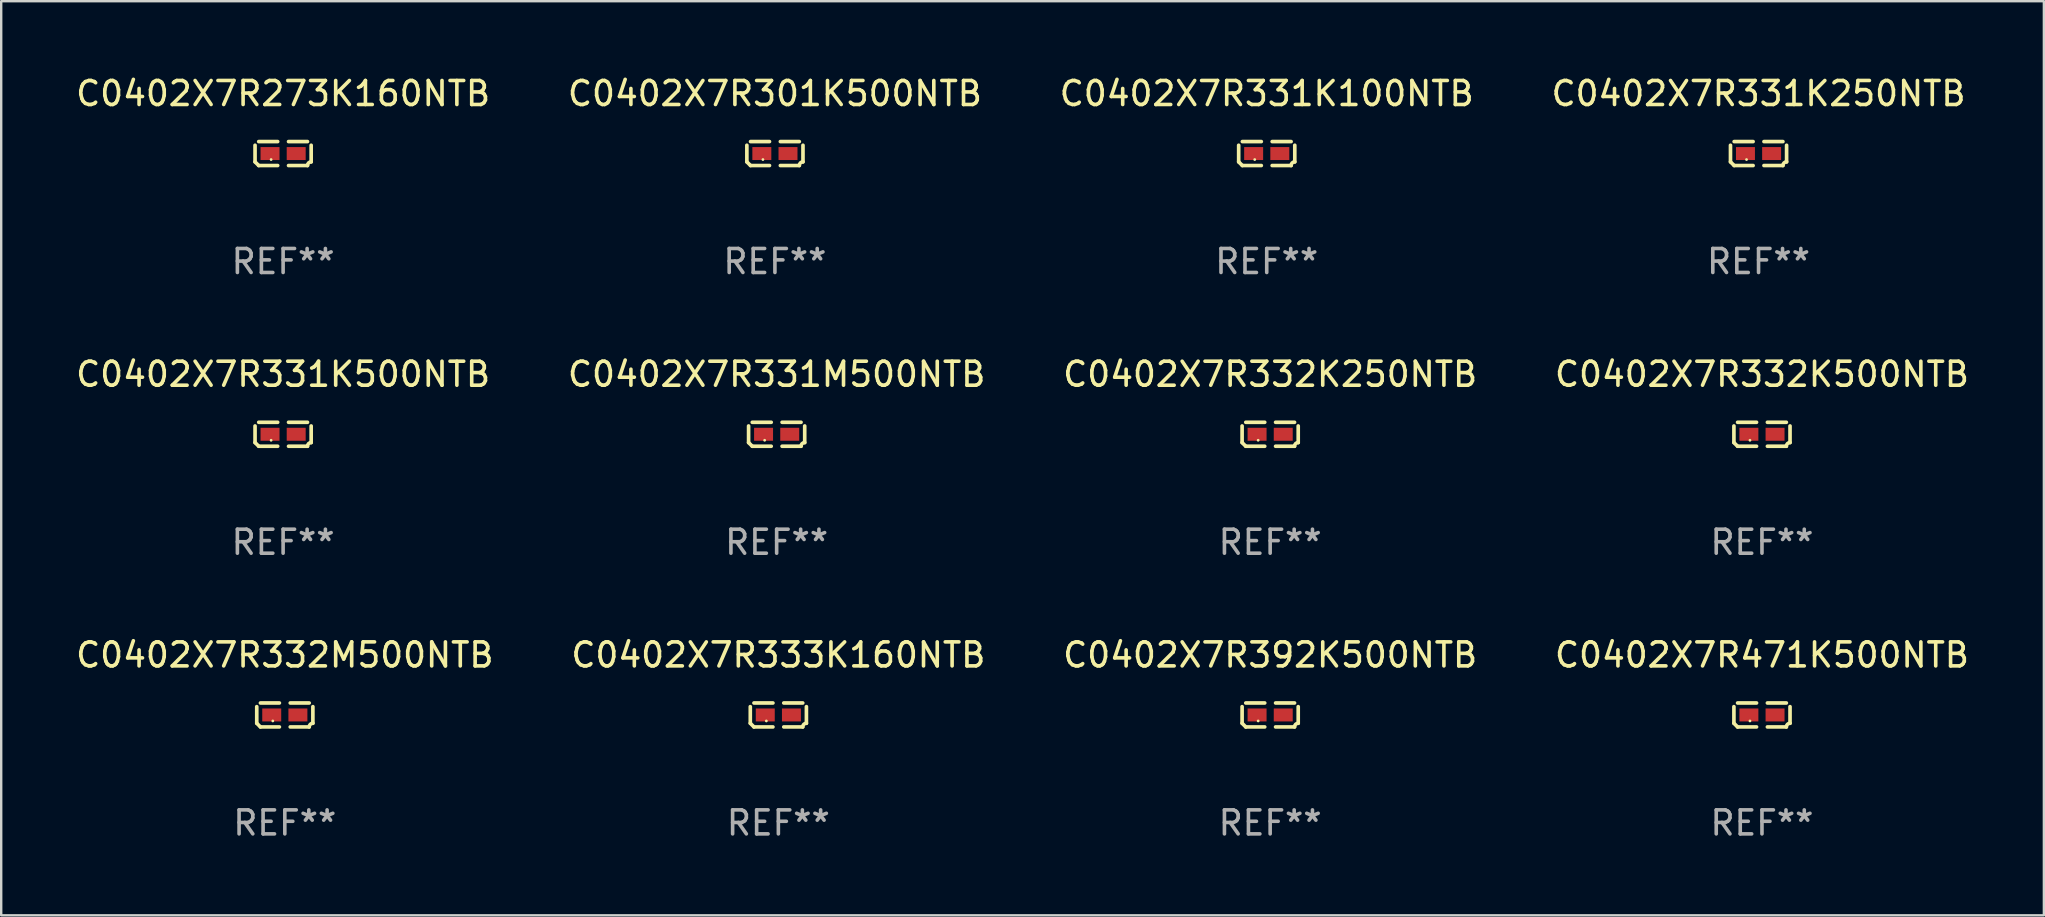
<source format=kicad_pcb>
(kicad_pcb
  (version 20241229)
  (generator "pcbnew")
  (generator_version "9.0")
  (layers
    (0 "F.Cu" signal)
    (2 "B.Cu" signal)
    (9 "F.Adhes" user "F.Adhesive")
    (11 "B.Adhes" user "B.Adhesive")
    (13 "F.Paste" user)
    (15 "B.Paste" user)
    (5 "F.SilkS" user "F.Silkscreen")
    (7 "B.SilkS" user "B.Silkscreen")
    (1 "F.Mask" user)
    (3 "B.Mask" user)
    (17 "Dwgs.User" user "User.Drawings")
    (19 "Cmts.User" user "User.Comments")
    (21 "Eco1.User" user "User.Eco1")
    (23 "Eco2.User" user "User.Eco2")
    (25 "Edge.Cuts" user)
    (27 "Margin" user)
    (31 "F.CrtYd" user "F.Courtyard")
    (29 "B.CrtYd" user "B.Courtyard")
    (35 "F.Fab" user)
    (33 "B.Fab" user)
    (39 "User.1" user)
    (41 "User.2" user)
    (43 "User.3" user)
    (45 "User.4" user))
  (footprint "C0402X7R332K250NTB"
    (layer "F.Cu")
    (at 49.863 15.041)
    (property "Reference" "C0402X7R332K250NTB" (at 0 -2.499 0) (layer "F.SilkS") (effects (font (size 1 1) (thickness 0.15))))
    (attr through_hole)
    (fp_line (start -1.169 0.346) (end -1.169 -0.346) (stroke (width 0.152) (type solid)) (layer "F.SilkS"))
    (fp_line (start -1.016 -0.499) (end -0.226 -0.499) (stroke (width 0.152) (type solid)) (layer "F.SilkS"))
    (fp_line (start -0.226 0.499) (end -1.016 0.499) (stroke (width 0.152) (type solid)) (layer "F.SilkS"))
    (fp_line (start 0.226 0.499) (end 1.016 0.499) (stroke (width 0.152) (type solid)) (layer "F.SilkS"))
    (fp_line (start 1.016 -0.499) (end 0.226 -0.499) (stroke (width 0.152) (type solid)) (layer "F.SilkS"))
    (fp_line (start 1.169 0.346) (end 1.169 -0.346) (stroke (width 0.152) (type solid)) (layer "F.SilkS"))
    (fp_arc (start -1.016307 0.498603) (mid -1.092512 0.422405) (end -1.16871 0.3462) (stroke (width 0.1524) (type solid)) (layer "F.SilkS"))
    (fp_arc (start 1.016307 0.498603) (mid 1.060899 0.390758) (end 1.168707 0.346076) (stroke (width 0.1524) (type solid)) (layer "F.SilkS"))
    (fp_circle (center -0.5 0.25) (end -0.47 0.25) (stroke (width 0.06) (type solid)) (fill no) (layer "F.SilkS"))
    (fp_text user "REF**" (at 0 4.499 0) (layer "F.Fab") (effects (font (size 1 1) (thickness 0.15))))
    (pad "1" smd rect (at -0.545 0) (size 0.79 0.54) (layers "F.Cu" "F.Mask" "F.Paste"))
    (pad "2" smd rect (at 0.545 0) (size 0.79 0.54) (layers "F.Cu" "F.Mask" "F.Paste")))
  (footprint "C0402X7R392K500NTB"
    (layer "F.Cu")
    (at 49.863 26.734)
    (property "Reference" "C0402X7R392K500NTB" (at 0 -2.499 0) (layer "F.SilkS") (effects (font (size 1 1) (thickness 0.15))))
    (attr through_hole)
    (fp_line (start -1.169 0.346) (end -1.169 -0.346) (stroke (width 0.152) (type solid)) (layer "F.SilkS"))
    (fp_line (start -1.016 -0.499) (end -0.226 -0.499) (stroke (width 0.152) (type solid)) (layer "F.SilkS"))
    (fp_line (start -0.226 0.499) (end -1.016 0.499) (stroke (width 0.152) (type solid)) (layer "F.SilkS"))
    (fp_line (start 0.226 0.499) (end 1.016 0.499) (stroke (width 0.152) (type solid)) (layer "F.SilkS"))
    (fp_line (start 1.016 -0.499) (end 0.226 -0.499) (stroke (width 0.152) (type solid)) (layer "F.SilkS"))
    (fp_line (start 1.169 0.346) (end 1.169 -0.346) (stroke (width 0.152) (type solid)) (layer "F.SilkS"))
    (fp_arc (start -1.016307 0.498603) (mid -1.092512 0.422405) (end -1.16871 0.3462) (stroke (width 0.1524) (type solid)) (layer "F.SilkS"))
    (fp_arc (start 1.016307 0.498603) (mid 1.060899 0.390758) (end 1.168707 0.346076) (stroke (width 0.1524) (type solid)) (layer "F.SilkS"))
    (fp_circle (center -0.5 0.25) (end -0.47 0.25) (stroke (width 0.06) (type solid)) (fill no) (layer "F.SilkS"))
    (fp_text user "REF**" (at 0 4.499 0) (layer "F.Fab") (effects (font (size 1 1) (thickness 0.15))))
    (pad "1" smd rect (at -0.545 0) (size 0.79 0.54) (layers "F.Cu" "F.Mask" "F.Paste"))
    (pad "2" smd rect (at 0.545 0) (size 0.79 0.54) (layers "F.Cu" "F.Mask" "F.Paste")))
  (footprint "C0402X7R331K250NTB"
    (layer "F.Cu")
    (at 70.208 3.347)
    (property "Reference" "C0402X7R331K250NTB" (at 0 -2.499 0) (layer "F.SilkS") (effects (font (size 1 1) (thickness 0.15))))
    (attr through_hole)
    (fp_line (start -1.169 0.346) (end -1.169 -0.346) (stroke (width 0.152) (type solid)) (layer "F.SilkS"))
    (fp_line (start -1.016 -0.499) (end -0.226 -0.499) (stroke (width 0.152) (type solid)) (layer "F.SilkS"))
    (fp_line (start -0.226 0.499) (end -1.016 0.499) (stroke (width 0.152) (type solid)) (layer "F.SilkS"))
    (fp_line (start 0.226 0.499) (end 1.016 0.499) (stroke (width 0.152) (type solid)) (layer "F.SilkS"))
    (fp_line (start 1.016 -0.499) (end 0.226 -0.499) (stroke (width 0.152) (type solid)) (layer "F.SilkS"))
    (fp_line (start 1.169 0.346) (end 1.169 -0.346) (stroke (width 0.152) (type solid)) (layer "F.SilkS"))
    (fp_arc (start -1.016307 0.498603) (mid -1.092512 0.422405) (end -1.16871 0.3462) (stroke (width 0.1524) (type solid)) (layer "F.SilkS"))
    (fp_arc (start 1.016307 0.498603) (mid 1.060899 0.390758) (end 1.168707 0.346076) (stroke (width 0.1524) (type solid)) (layer "F.SilkS"))
    (fp_circle (center -0.5 0.25) (end -0.47 0.25) (stroke (width 0.06) (type solid)) (fill no) (layer "F.SilkS"))
    (fp_text user "REF**" (at 0 4.499 0) (layer "F.Fab") (effects (font (size 1 1) (thickness 0.15))))
    (pad "1" smd rect (at -0.545 0) (size 0.79 0.54) (layers "F.Cu" "F.Mask" "F.Paste"))
    (pad "2" smd rect (at 0.545 0) (size 0.79 0.54) (layers "F.Cu" "F.Mask" "F.Paste")))
  (footprint "C0402X7R471K500NTB"
    (layer "F.Cu")
    (at 70.351 26.734)
    (property "Reference" "C0402X7R471K500NTB" (at 0 -2.499 0) (layer "F.SilkS") (effects (font (size 1 1) (thickness 0.15))))
    (attr through_hole)
    (fp_line (start -1.169 0.346) (end -1.169 -0.346) (stroke (width 0.152) (type solid)) (layer "F.SilkS"))
    (fp_line (start -1.016 -0.499) (end -0.226 -0.499) (stroke (width 0.152) (type solid)) (layer "F.SilkS"))
    (fp_line (start -0.226 0.499) (end -1.016 0.499) (stroke (width 0.152) (type solid)) (layer "F.SilkS"))
    (fp_line (start 0.226 0.499) (end 1.016 0.499) (stroke (width 0.152) (type solid)) (layer "F.SilkS"))
    (fp_line (start 1.016 -0.499) (end 0.226 -0.499) (stroke (width 0.152) (type solid)) (layer "F.SilkS"))
    (fp_line (start 1.169 0.346) (end 1.169 -0.346) (stroke (width 0.152) (type solid)) (layer "F.SilkS"))
    (fp_arc (start -1.016307 0.498603) (mid -1.092512 0.422405) (end -1.16871 0.3462) (stroke (width 0.1524) (type solid)) (layer "F.SilkS"))
    (fp_arc (start 1.016307 0.498603) (mid 1.060899 0.390758) (end 1.168707 0.346076) (stroke (width 0.1524) (type solid)) (layer "F.SilkS"))
    (fp_circle (center -0.5 0.25) (end -0.47 0.25) (stroke (width 0.06) (type solid)) (fill no) (layer "F.SilkS"))
    (fp_text user "REF**" (at 0 4.499 0) (layer "F.Fab") (effects (font (size 1 1) (thickness 0.15))))
    (pad "1" smd rect (at -0.545 0) (size 0.79 0.54) (layers "F.Cu" "F.Mask" "F.Paste"))
    (pad "2" smd rect (at 0.545 0) (size 0.79 0.54) (layers "F.Cu" "F.Mask" "F.Paste")))
  (footprint "C0402X7R331K100NTB"
    (layer "F.Cu")
    (at 49.72 3.347)
    (property "Reference" "C0402X7R331K100NTB" (at 0 -2.499 0) (layer "F.SilkS") (effects (font (size 1 1) (thickness 0.15))))
    (attr through_hole)
    (fp_line (start -1.169 0.346) (end -1.169 -0.346) (stroke (width 0.152) (type solid)) (layer "F.SilkS"))
    (fp_line (start -1.016 -0.499) (end -0.226 -0.499) (stroke (width 0.152) (type solid)) (layer "F.SilkS"))
    (fp_line (start -0.226 0.499) (end -1.016 0.499) (stroke (width 0.152) (type solid)) (layer "F.SilkS"))
    (fp_line (start 0.226 0.499) (end 1.016 0.499) (stroke (width 0.152) (type solid)) (layer "F.SilkS"))
    (fp_line (start 1.016 -0.499) (end 0.226 -0.499) (stroke (width 0.152) (type solid)) (layer "F.SilkS"))
    (fp_line (start 1.169 0.346) (end 1.169 -0.346) (stroke (width 0.152) (type solid)) (layer "F.SilkS"))
    (fp_arc (start -1.016307 0.498603) (mid -1.092512 0.422405) (end -1.16871 0.3462) (stroke (width 0.1524) (type solid)) (layer "F.SilkS"))
    (fp_arc (start 1.016307 0.498603) (mid 1.060899 0.390758) (end 1.168707 0.346076) (stroke (width 0.1524) (type solid)) (layer "F.SilkS"))
    (fp_circle (center -0.5 0.25) (end -0.47 0.25) (stroke (width 0.06) (type solid)) (fill no) (layer "F.SilkS"))
    (fp_text user "REF**" (at 0 4.499 0) (layer "F.Fab") (effects (font (size 1 1) (thickness 0.15))))
    (pad "1" smd rect (at -0.545 0) (size 0.79 0.54) (layers "F.Cu" "F.Mask" "F.Paste"))
    (pad "2" smd rect (at 0.545 0) (size 0.79 0.54) (layers "F.Cu" "F.Mask" "F.Paste")))
  (footprint "C0402X7R301K500NTB"
    (layer "F.Cu")
    (at 29.232 3.347)
    (property "Reference" "C0402X7R301K500NTB" (at 0 -2.499 0) (layer "F.SilkS") (effects (font (size 1 1) (thickness 0.15))))
    (attr through_hole)
    (fp_line (start -1.169 0.346) (end -1.169 -0.346) (stroke (width 0.152) (type solid)) (layer "F.SilkS"))
    (fp_line (start -1.016 -0.499) (end -0.226 -0.499) (stroke (width 0.152) (type solid)) (layer "F.SilkS"))
    (fp_line (start -0.226 0.499) (end -1.016 0.499) (stroke (width 0.152) (type solid)) (layer "F.SilkS"))
    (fp_line (start 0.226 0.499) (end 1.016 0.499) (stroke (width 0.152) (type solid)) (layer "F.SilkS"))
    (fp_line (start 1.016 -0.499) (end 0.226 -0.499) (stroke (width 0.152) (type solid)) (layer "F.SilkS"))
    (fp_line (start 1.169 0.346) (end 1.169 -0.346) (stroke (width 0.152) (type solid)) (layer "F.SilkS"))
    (fp_arc (start -1.016307 0.498603) (mid -1.092512 0.422405) (end -1.16871 0.3462) (stroke (width 0.1524) (type solid)) (layer "F.SilkS"))
    (fp_arc (start 1.016307 0.498603) (mid 1.060899 0.390758) (end 1.168707 0.346076) (stroke (width 0.1524) (type solid)) (layer "F.SilkS"))
    (fp_circle (center -0.5 0.25) (end -0.47 0.25) (stroke (width 0.06) (type solid)) (fill no) (layer "F.SilkS"))
    (fp_text user "REF**" (at 0 4.499 0) (layer "F.Fab") (effects (font (size 1 1) (thickness 0.15))))
    (pad "1" smd rect (at -0.545 0) (size 0.79 0.54) (layers "F.Cu" "F.Mask" "F.Paste"))
    (pad "2" smd rect (at 0.545 0) (size 0.79 0.54) (layers "F.Cu" "F.Mask" "F.Paste")))
  (footprint "C0402X7R332K500NTB"
    (layer "F.Cu")
    (at 70.351 15.041)
    (property "Reference" "C0402X7R332K500NTB" (at 0 -2.499 0) (layer "F.SilkS") (effects (font (size 1 1) (thickness 0.15))))
    (attr through_hole)
    (fp_line (start -1.169 0.346) (end -1.169 -0.346) (stroke (width 0.152) (type solid)) (layer "F.SilkS"))
    (fp_line (start -1.016 -0.499) (end -0.226 -0.499) (stroke (width 0.152) (type solid)) (layer "F.SilkS"))
    (fp_line (start -0.226 0.499) (end -1.016 0.499) (stroke (width 0.152) (type solid)) (layer "F.SilkS"))
    (fp_line (start 0.226 0.499) (end 1.016 0.499) (stroke (width 0.152) (type solid)) (layer "F.SilkS"))
    (fp_line (start 1.016 -0.499) (end 0.226 -0.499) (stroke (width 0.152) (type solid)) (layer "F.SilkS"))
    (fp_line (start 1.169 0.346) (end 1.169 -0.346) (stroke (width 0.152) (type solid)) (layer "F.SilkS"))
    (fp_arc (start -1.016307 0.498603) (mid -1.092512 0.422405) (end -1.16871 0.3462) (stroke (width 0.1524) (type solid)) (layer "F.SilkS"))
    (fp_arc (start 1.016307 0.498603) (mid 1.060899 0.390758) (end 1.168707 0.346076) (stroke (width 0.1524) (type solid)) (layer "F.SilkS"))
    (fp_circle (center -0.5 0.25) (end -0.47 0.25) (stroke (width 0.06) (type solid)) (fill no) (layer "F.SilkS"))
    (fp_text user "REF**" (at 0 4.499 0) (layer "F.Fab") (effects (font (size 1 1) (thickness 0.15))))
    (pad "1" smd rect (at -0.545 0) (size 0.79 0.54) (layers "F.Cu" "F.Mask" "F.Paste"))
    (pad "2" smd rect (at 0.545 0) (size 0.79 0.54) (layers "F.Cu" "F.Mask" "F.Paste")))
  (footprint "C0402X7R331K500NTB"
    (layer "F.Cu")
    (at 8.744 15.041)
    (property "Reference" "C0402X7R331K500NTB" (at 0 -2.499 0) (layer "F.SilkS") (effects (font (size 1 1) (thickness 0.15))))
    (attr through_hole)
    (fp_line (start -1.169 0.346) (end -1.169 -0.346) (stroke (width 0.152) (type solid)) (layer "F.SilkS"))
    (fp_line (start -1.016 -0.499) (end -0.226 -0.499) (stroke (width 0.152) (type solid)) (layer "F.SilkS"))
    (fp_line (start -0.226 0.499) (end -1.016 0.499) (stroke (width 0.152) (type solid)) (layer "F.SilkS"))
    (fp_line (start 0.226 0.499) (end 1.016 0.499) (stroke (width 0.152) (type solid)) (layer "F.SilkS"))
    (fp_line (start 1.016 -0.499) (end 0.226 -0.499) (stroke (width 0.152) (type solid)) (layer "F.SilkS"))
    (fp_line (start 1.169 0.346) (end 1.169 -0.346) (stroke (width 0.152) (type solid)) (layer "F.SilkS"))
    (fp_arc (start -1.016307 0.498603) (mid -1.092512 0.422405) (end -1.16871 0.3462) (stroke (width 0.1524) (type solid)) (layer "F.SilkS"))
    (fp_arc (start 1.016307 0.498603) (mid 1.060899 0.390758) (end 1.168707 0.346076) (stroke (width 0.1524) (type solid)) (layer "F.SilkS"))
    (fp_circle (center -0.5 0.25) (end -0.47 0.25) (stroke (width 0.06) (type solid)) (fill no) (layer "F.SilkS"))
    (fp_text user "REF**" (at 0 4.499 0) (layer "F.Fab") (effects (font (size 1 1) (thickness 0.15))))
    (pad "1" smd rect (at -0.545 0) (size 0.79 0.54) (layers "F.Cu" "F.Mask" "F.Paste"))
    (pad "2" smd rect (at 0.545 0) (size 0.79 0.54) (layers "F.Cu" "F.Mask" "F.Paste")))
  (footprint "C0402X7R273K160NTB"
    (layer "F.Cu")
    (at 8.744 3.347)
    (property "Reference" "C0402X7R273K160NTB" (at 0 -2.499 0) (layer "F.SilkS") (effects (font (size 1 1) (thickness 0.15))))
    (attr through_hole)
    (fp_line (start -1.169 0.346) (end -1.169 -0.346) (stroke (width 0.152) (type solid)) (layer "F.SilkS"))
    (fp_line (start -1.016 -0.499) (end -0.226 -0.499) (stroke (width 0.152) (type solid)) (layer "F.SilkS"))
    (fp_line (start -0.226 0.499) (end -1.016 0.499) (stroke (width 0.152) (type solid)) (layer "F.SilkS"))
    (fp_line (start 0.226 0.499) (end 1.016 0.499) (stroke (width 0.152) (type solid)) (layer "F.SilkS"))
    (fp_line (start 1.016 -0.499) (end 0.226 -0.499) (stroke (width 0.152) (type solid)) (layer "F.SilkS"))
    (fp_line (start 1.169 0.346) (end 1.169 -0.346) (stroke (width 0.152) (type solid)) (layer "F.SilkS"))
    (fp_arc (start -1.016307 0.498603) (mid -1.092512 0.422405) (end -1.16871 0.3462) (stroke (width 0.1524) (type solid)) (layer "F.SilkS"))
    (fp_arc (start 1.016307 0.498603) (mid 1.060899 0.390758) (end 1.168707 0.346076) (stroke (width 0.1524) (type solid)) (layer "F.SilkS"))
    (fp_circle (center -0.5 0.25) (end -0.47 0.25) (stroke (width 0.06) (type solid)) (fill no) (layer "F.SilkS"))
    (fp_text user "REF**" (at 0 4.499 0) (layer "F.Fab") (effects (font (size 1 1) (thickness 0.15))))
    (pad "1" smd rect (at -0.545 0) (size 0.79 0.54) (layers "F.Cu" "F.Mask" "F.Paste"))
    (pad "2" smd rect (at 0.545 0) (size 0.79 0.54) (layers "F.Cu" "F.Mask" "F.Paste")))
  (footprint "C0402X7R333K160NTB"
    (layer "F.Cu")
    (at 29.375 26.734)
    (property "Reference" "C0402X7R333K160NTB" (at 0 -2.499 0) (layer "F.SilkS") (effects (font (size 1 1) (thickness 0.15))))
    (attr through_hole)
    (fp_line (start -1.169 0.346) (end -1.169 -0.346) (stroke (width 0.152) (type solid)) (layer "F.SilkS"))
    (fp_line (start -1.016 -0.499) (end -0.226 -0.499) (stroke (width 0.152) (type solid)) (layer "F.SilkS"))
    (fp_line (start -0.226 0.499) (end -1.016 0.499) (stroke (width 0.152) (type solid)) (layer "F.SilkS"))
    (fp_line (start 0.226 0.499) (end 1.016 0.499) (stroke (width 0.152) (type solid)) (layer "F.SilkS"))
    (fp_line (start 1.016 -0.499) (end 0.226 -0.499) (stroke (width 0.152) (type solid)) (layer "F.SilkS"))
    (fp_line (start 1.169 0.346) (end 1.169 -0.346) (stroke (width 0.152) (type solid)) (layer "F.SilkS"))
    (fp_arc (start -1.016307 0.498603) (mid -1.092512 0.422405) (end -1.16871 0.3462) (stroke (width 0.1524) (type solid)) (layer "F.SilkS"))
    (fp_arc (start 1.016307 0.498603) (mid 1.060899 0.390758) (end 1.168707 0.346076) (stroke (width 0.1524) (type solid)) (layer "F.SilkS"))
    (fp_circle (center -0.5 0.25) (end -0.47 0.25) (stroke (width 0.06) (type solid)) (fill no) (layer "F.SilkS"))
    (fp_text user "REF**" (at 0 4.499 0) (layer "F.Fab") (effects (font (size 1 1) (thickness 0.15))))
    (pad "1" smd rect (at -0.545 0) (size 0.79 0.54) (layers "F.Cu" "F.Mask" "F.Paste"))
    (pad "2" smd rect (at 0.545 0) (size 0.79 0.54) (layers "F.Cu" "F.Mask" "F.Paste")))
  (footprint "C0402X7R332M500NTB"
    (layer "F.Cu")
    (at 8.815 26.734)
    (property "Reference" "C0402X7R332M500NTB" (at 0 -2.499 0) (layer "F.SilkS") (effects (font (size 1 1) (thickness 0.15))))
    (attr through_hole)
    (fp_line (start -1.169 0.346) (end -1.169 -0.346) (stroke (width 0.152) (type solid)) (layer "F.SilkS"))
    (fp_line (start -1.016 -0.499) (end -0.226 -0.499) (stroke (width 0.152) (type solid)) (layer "F.SilkS"))
    (fp_line (start -0.226 0.499) (end -1.016 0.499) (stroke (width 0.152) (type solid)) (layer "F.SilkS"))
    (fp_line (start 0.226 0.499) (end 1.016 0.499) (stroke (width 0.152) (type solid)) (layer "F.SilkS"))
    (fp_line (start 1.016 -0.499) (end 0.226 -0.499) (stroke (width 0.152) (type solid)) (layer "F.SilkS"))
    (fp_line (start 1.169 0.346) (end 1.169 -0.346) (stroke (width 0.152) (type solid)) (layer "F.SilkS"))
    (fp_arc (start -1.016307 0.498603) (mid -1.092512 0.422405) (end -1.16871 0.3462) (stroke (width 0.1524) (type solid)) (layer "F.SilkS"))
    (fp_arc (start 1.016307 0.498603) (mid 1.060899 0.390758) (end 1.168707 0.346076) (stroke (width 0.1524) (type solid)) (layer "F.SilkS"))
    (fp_circle (center -0.5 0.25) (end -0.47 0.25) (stroke (width 0.06) (type solid)) (fill no) (layer "F.SilkS"))
    (fp_text user "REF**" (at 0 4.499 0) (layer "F.Fab") (effects (font (size 1 1) (thickness 0.15))))
    (pad "1" smd rect (at -0.545 0) (size 0.79 0.54) (layers "F.Cu" "F.Mask" "F.Paste"))
    (pad "2" smd rect (at 0.545 0) (size 0.79 0.54) (layers "F.Cu" "F.Mask" "F.Paste")))
  (footprint "C0402X7R331M500NTB"
    (layer "F.Cu")
    (at 29.304 15.041)
    (property "Reference" "C0402X7R331M500NTB" (at 0 -2.499 0) (layer "F.SilkS") (effects (font (size 1 1) (thickness 0.15))))
    (attr through_hole)
    (fp_line (start -1.169 0.346) (end -1.169 -0.346) (stroke (width 0.152) (type solid)) (layer "F.SilkS"))
    (fp_line (start -1.016 -0.499) (end -0.226 -0.499) (stroke (width 0.152) (type solid)) (layer "F.SilkS"))
    (fp_line (start -0.226 0.499) (end -1.016 0.499) (stroke (width 0.152) (type solid)) (layer "F.SilkS"))
    (fp_line (start 0.226 0.499) (end 1.016 0.499) (stroke (width 0.152) (type solid)) (layer "F.SilkS"))
    (fp_line (start 1.016 -0.499) (end 0.226 -0.499) (stroke (width 0.152) (type solid)) (layer "F.SilkS"))
    (fp_line (start 1.169 0.346) (end 1.169 -0.346) (stroke (width 0.152) (type solid)) (layer "F.SilkS"))
    (fp_arc (start -1.016307 0.498603) (mid -1.092512 0.422405) (end -1.16871 0.3462) (stroke (width 0.1524) (type solid)) (layer "F.SilkS"))
    (fp_arc (start 1.016307 0.498603) (mid 1.060899 0.390758) (end 1.168707 0.346076) (stroke (width 0.1524) (type solid)) (layer "F.SilkS"))
    (fp_circle (center -0.5 0.25) (end -0.47 0.25) (stroke (width 0.06) (type solid)) (fill no) (layer "F.SilkS"))
    (fp_text user "REF**" (at 0 4.499 0) (layer "F.Fab") (effects (font (size 1 1) (thickness 0.15))))
    (pad "1" smd rect (at -0.545 0) (size 0.79 0.54) (layers "F.Cu" "F.Mask" "F.Paste"))
    (pad "2" smd rect (at 0.545 0) (size 0.79 0.54) (layers "F.Cu" "F.Mask" "F.Paste")))
  (gr_rect
    (start -3 -3)
    (end 82.095 35.081)
    (stroke (width 0.1) (type default))
    (fill no)
    (layer "Edge.Cuts")))
</source>
